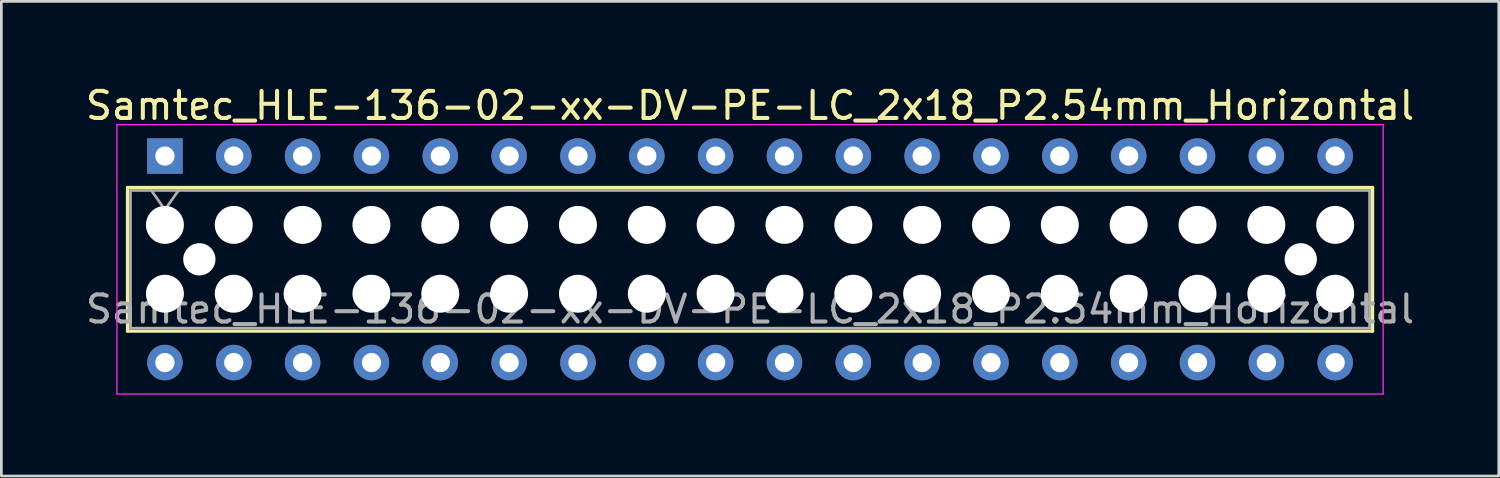
<source format=kicad_pcb>
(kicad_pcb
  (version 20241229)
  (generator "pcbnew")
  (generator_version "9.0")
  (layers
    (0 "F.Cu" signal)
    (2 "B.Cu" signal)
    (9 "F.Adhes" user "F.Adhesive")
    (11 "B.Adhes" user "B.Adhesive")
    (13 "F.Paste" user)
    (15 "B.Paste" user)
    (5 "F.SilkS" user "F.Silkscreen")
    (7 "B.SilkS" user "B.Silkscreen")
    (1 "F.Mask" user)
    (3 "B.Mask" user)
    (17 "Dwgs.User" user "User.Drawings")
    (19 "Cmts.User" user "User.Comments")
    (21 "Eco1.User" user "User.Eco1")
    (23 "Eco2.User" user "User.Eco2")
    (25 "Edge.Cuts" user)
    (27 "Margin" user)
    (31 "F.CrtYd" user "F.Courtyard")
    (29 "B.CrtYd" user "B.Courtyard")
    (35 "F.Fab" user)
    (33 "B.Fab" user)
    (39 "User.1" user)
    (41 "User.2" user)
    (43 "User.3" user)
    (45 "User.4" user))
  (footprint "Samtec_HLE-136-02-xx-DV-PE-LC_2x18_P2.54mm_Horizontal"
    (layer "F.Cu")
    (at 3.035 2.708)
    (property "Reference" "Samtec_HLE-136-02-xx-DV-PE-LC_2x18_P2.54mm_Horizontal" (at 21.59 -1.86 0) (layer "F.SilkS") (effects (font (size 1 1) (thickness 0.15))))
    (attr through_hole)
    (fp_line (start -1.38 1.16) (end 44.56 1.16) (stroke (width 0.12) (type solid)) (layer "F.SilkS"))
    (fp_line (start -1.38 6.46) (end -1.38 1.16) (stroke (width 0.12) (type solid)) (layer "F.SilkS"))
    (fp_line (start 44.56 1.16) (end 44.56 6.46) (stroke (width 0.12) (type solid)) (layer "F.SilkS"))
    (fp_line (start 44.56 6.46) (end -1.38 6.46) (stroke (width 0.12) (type solid)) (layer "F.SilkS"))
    (fp_line (start -1.77 -1.16) (end 44.95 -1.16) (stroke (width 0.05) (type solid)) (layer "F.CrtYd"))
    (fp_line (start -1.77 8.78) (end -1.77 -1.16) (stroke (width 0.05) (type solid)) (layer "F.CrtYd"))
    (fp_line (start 44.95 -1.16) (end 44.95 8.78) (stroke (width 0.05) (type solid)) (layer "F.CrtYd"))
    (fp_line (start 44.95 8.78) (end -1.77 8.78) (stroke (width 0.05) (type solid)) (layer "F.CrtYd"))
    (fp_line (start -1.27 1.27) (end 44.45 1.27) (stroke (width 0.1) (type solid)) (layer "F.Fab"))
    (fp_line (start -1.27 6.35) (end -1.27 1.27) (stroke (width 0.1) (type solid)) (layer "F.Fab"))
    (fp_line (start -0.5 1.27) (end 0 1.977) (stroke (width 0.1) (type solid)) (layer "F.Fab"))
    (fp_line (start 0 1.977) (end 0.5 1.27) (stroke (width 0.1) (type solid)) (layer "F.Fab"))
    (fp_line (start 44.45 1.27) (end 44.45 6.35) (stroke (width 0.1) (type solid)) (layer "F.Fab"))
    (fp_line (start 44.45 6.35) (end -1.27 6.35) (stroke (width 0.1) (type solid)) (layer "F.Fab"))
    (fp_text user "${REFERENCE}" (at 21.59 5.65 0) (layer "F.Fab") (effects (font (size 1 1) (thickness 0.15))))
    (pad "" np_thru_hole circle (at 0 2.54) (size 1.4 1.4) (drill 1.4) (layers "*.Cu" "*.Mask"))
    (pad "" np_thru_hole circle (at 0 5.08) (size 1.4 1.4) (drill 1.4) (layers "*.Cu" "*.Mask"))
    (pad "" np_thru_hole circle (at 1.27 3.81) (size 1.19 1.19) (drill 1.19) (layers "*.Cu" "*.Mask"))
    (pad "" np_thru_hole circle (at 2.54 2.54) (size 1.4 1.4) (drill 1.4) (layers "*.Cu" "*.Mask"))
    (pad "" np_thru_hole circle (at 2.54 5.08) (size 1.4 1.4) (drill 1.4) (layers "*.Cu" "*.Mask"))
    (pad "" np_thru_hole circle (at 5.08 2.54) (size 1.4 1.4) (drill 1.4) (layers "*.Cu" "*.Mask"))
    (pad "" np_thru_hole circle (at 5.08 5.08) (size 1.4 1.4) (drill 1.4) (layers "*.Cu" "*.Mask"))
    (pad "" np_thru_hole circle (at 7.62 2.54) (size 1.4 1.4) (drill 1.4) (layers "*.Cu" "*.Mask"))
    (pad "" np_thru_hole circle (at 7.62 5.08) (size 1.4 1.4) (drill 1.4) (layers "*.Cu" "*.Mask"))
    (pad "" np_thru_hole circle (at 10.16 2.54) (size 1.4 1.4) (drill 1.4) (layers "*.Cu" "*.Mask"))
    (pad "" np_thru_hole circle (at 10.16 5.08) (size 1.4 1.4) (drill 1.4) (layers "*.Cu" "*.Mask"))
    (pad "" np_thru_hole circle (at 12.7 2.54) (size 1.4 1.4) (drill 1.4) (layers "*.Cu" "*.Mask"))
    (pad "" np_thru_hole circle (at 12.7 5.08) (size 1.4 1.4) (drill 1.4) (layers "*.Cu" "*.Mask"))
    (pad "" np_thru_hole circle (at 15.24 2.54) (size 1.4 1.4) (drill 1.4) (layers "*.Cu" "*.Mask"))
    (pad "" np_thru_hole circle (at 15.24 5.08) (size 1.4 1.4) (drill 1.4) (layers "*.Cu" "*.Mask"))
    (pad "" np_thru_hole circle (at 17.78 2.54) (size 1.4 1.4) (drill 1.4) (layers "*.Cu" "*.Mask"))
    (pad "" np_thru_hole circle (at 17.78 5.08) (size 1.4 1.4) (drill 1.4) (layers "*.Cu" "*.Mask"))
    (pad "" np_thru_hole circle (at 20.32 2.54) (size 1.4 1.4) (drill 1.4) (layers "*.Cu" "*.Mask"))
    (pad "" np_thru_hole circle (at 20.32 5.08) (size 1.4 1.4) (drill 1.4) (layers "*.Cu" "*.Mask"))
    (pad "" np_thru_hole circle (at 22.86 2.54) (size 1.4 1.4) (drill 1.4) (layers "*.Cu" "*.Mask"))
    (pad "" np_thru_hole circle (at 22.86 5.08) (size 1.4 1.4) (drill 1.4) (layers "*.Cu" "*.Mask"))
    (pad "" np_thru_hole circle (at 25.4 2.54) (size 1.4 1.4) (drill 1.4) (layers "*.Cu" "*.Mask"))
    (pad "" np_thru_hole circle (at 25.4 5.08) (size 1.4 1.4) (drill 1.4) (layers "*.Cu" "*.Mask"))
    (pad "" np_thru_hole circle (at 27.94 2.54) (size 1.4 1.4) (drill 1.4) (layers "*.Cu" "*.Mask"))
    (pad "" np_thru_hole circle (at 27.94 5.08) (size 1.4 1.4) (drill 1.4) (layers "*.Cu" "*.Mask"))
    (pad "" np_thru_hole circle (at 30.48 2.54) (size 1.4 1.4) (drill 1.4) (layers "*.Cu" "*.Mask"))
    (pad "" np_thru_hole circle (at 30.48 5.08) (size 1.4 1.4) (drill 1.4) (layers "*.Cu" "*.Mask"))
    (pad "" np_thru_hole circle (at 33.02 2.54) (size 1.4 1.4) (drill 1.4) (layers "*.Cu" "*.Mask"))
    (pad "" np_thru_hole circle (at 33.02 5.08) (size 1.4 1.4) (drill 1.4) (layers "*.Cu" "*.Mask"))
    (pad "" np_thru_hole circle (at 35.56 2.54) (size 1.4 1.4) (drill 1.4) (layers "*.Cu" "*.Mask"))
    (pad "" np_thru_hole circle (at 35.56 5.08) (size 1.4 1.4) (drill 1.4) (layers "*.Cu" "*.Mask"))
    (pad "" np_thru_hole circle (at 38.1 2.54) (size 1.4 1.4) (drill 1.4) (layers "*.Cu" "*.Mask"))
    (pad "" np_thru_hole circle (at 38.1 5.08) (size 1.4 1.4) (drill 1.4) (layers "*.Cu" "*.Mask"))
    (pad "" np_thru_hole circle (at 40.64 2.54) (size 1.4 1.4) (drill 1.4) (layers "*.Cu" "*.Mask"))
    (pad "" np_thru_hole circle (at 40.64 5.08) (size 1.4 1.4) (drill 1.4) (layers "*.Cu" "*.Mask"))
    (pad "" np_thru_hole circle (at 41.91 3.81) (size 1.19 1.19) (drill 1.19) (layers "*.Cu" "*.Mask"))
    (pad "" np_thru_hole circle (at 43.18 2.54) (size 1.4 1.4) (drill 1.4) (layers "*.Cu" "*.Mask"))
    (pad "" np_thru_hole circle (at 43.18 5.08) (size 1.4 1.4) (drill 1.4) (layers "*.Cu" "*.Mask"))
    (pad "1" thru_hole rect (at 0 0) (size 1.31 1.31) (drill 0.71) (layers "*.Cu" "*.Mask"))
    (pad "2" thru_hole circle (at 0 7.62) (size 1.31 1.31) (drill 0.71) (layers "*.Cu" "*.Mask"))
    (pad "3" thru_hole circle (at 2.54 0) (size 1.31 1.31) (drill 0.71) (layers "*.Cu" "*.Mask"))
    (pad "4" thru_hole circle (at 2.54 7.62) (size 1.31 1.31) (drill 0.71) (layers "*.Cu" "*.Mask"))
    (pad "5" thru_hole circle (at 5.08 0) (size 1.31 1.31) (drill 0.71) (layers "*.Cu" "*.Mask"))
    (pad "6" thru_hole circle (at 5.08 7.62) (size 1.31 1.31) (drill 0.71) (layers "*.Cu" "*.Mask"))
    (pad "7" thru_hole circle (at 7.62 0) (size 1.31 1.31) (drill 0.71) (layers "*.Cu" "*.Mask"))
    (pad "8" thru_hole circle (at 7.62 7.62) (size 1.31 1.31) (drill 0.71) (layers "*.Cu" "*.Mask"))
    (pad "9" thru_hole circle (at 10.16 0) (size 1.31 1.31) (drill 0.71) (layers "*.Cu" "*.Mask"))
    (pad "10" thru_hole circle (at 10.16 7.62) (size 1.31 1.31) (drill 0.71) (layers "*.Cu" "*.Mask"))
    (pad "11" thru_hole circle (at 12.7 0) (size 1.31 1.31) (drill 0.71) (layers "*.Cu" "*.Mask"))
    (pad "12" thru_hole circle (at 12.7 7.62) (size 1.31 1.31) (drill 0.71) (layers "*.Cu" "*.Mask"))
    (pad "13" thru_hole circle (at 15.24 0) (size 1.31 1.31) (drill 0.71) (layers "*.Cu" "*.Mask"))
    (pad "14" thru_hole circle (at 15.24 7.62) (size 1.31 1.31) (drill 0.71) (layers "*.Cu" "*.Mask"))
    (pad "15" thru_hole circle (at 17.78 0) (size 1.31 1.31) (drill 0.71) (layers "*.Cu" "*.Mask"))
    (pad "16" thru_hole circle (at 17.78 7.62) (size 1.31 1.31) (drill 0.71) (layers "*.Cu" "*.Mask"))
    (pad "17" thru_hole circle (at 20.32 0) (size 1.31 1.31) (drill 0.71) (layers "*.Cu" "*.Mask"))
    (pad "18" thru_hole circle (at 20.32 7.62) (size 1.31 1.31) (drill 0.71) (layers "*.Cu" "*.Mask"))
    (pad "19" thru_hole circle (at 22.86 0) (size 1.31 1.31) (drill 0.71) (layers "*.Cu" "*.Mask"))
    (pad "20" thru_hole circle (at 22.86 7.62) (size 1.31 1.31) (drill 0.71) (layers "*.Cu" "*.Mask"))
    (pad "21" thru_hole circle (at 25.4 0) (size 1.31 1.31) (drill 0.71) (layers "*.Cu" "*.Mask"))
    (pad "22" thru_hole circle (at 25.4 7.62) (size 1.31 1.31) (drill 0.71) (layers "*.Cu" "*.Mask"))
    (pad "23" thru_hole circle (at 27.94 0) (size 1.31 1.31) (drill 0.71) (layers "*.Cu" "*.Mask"))
    (pad "24" thru_hole circle (at 27.94 7.62) (size 1.31 1.31) (drill 0.71) (layers "*.Cu" "*.Mask"))
    (pad "25" thru_hole circle (at 30.48 0) (size 1.31 1.31) (drill 0.71) (layers "*.Cu" "*.Mask"))
    (pad "26" thru_hole circle (at 30.48 7.62) (size 1.31 1.31) (drill 0.71) (layers "*.Cu" "*.Mask"))
    (pad "27" thru_hole circle (at 33.02 0) (size 1.31 1.31) (drill 0.71) (layers "*.Cu" "*.Mask"))
    (pad "28" thru_hole circle (at 33.02 7.62) (size 1.31 1.31) (drill 0.71) (layers "*.Cu" "*.Mask"))
    (pad "29" thru_hole circle (at 35.56 0) (size 1.31 1.31) (drill 0.71) (layers "*.Cu" "*.Mask"))
    (pad "30" thru_hole circle (at 35.56 7.62) (size 1.31 1.31) (drill 0.71) (layers "*.Cu" "*.Mask"))
    (pad "31" thru_hole circle (at 38.1 0) (size 1.31 1.31) (drill 0.71) (layers "*.Cu" "*.Mask"))
    (pad "32" thru_hole circle (at 38.1 7.62) (size 1.31 1.31) (drill 0.71) (layers "*.Cu" "*.Mask"))
    (pad "33" thru_hole circle (at 40.64 0) (size 1.31 1.31) (drill 0.71) (layers "*.Cu" "*.Mask"))
    (pad "34" thru_hole circle (at 40.64 7.62) (size 1.31 1.31) (drill 0.71) (layers "*.Cu" "*.Mask"))
    (pad "35" thru_hole circle (at 43.18 0) (size 1.31 1.31) (drill 0.71) (layers "*.Cu" "*.Mask"))
    (pad "36" thru_hole circle (at 43.18 7.62) (size 1.31 1.31) (drill 0.71) (layers "*.Cu" "*.Mask")))
  (gr_rect
    (start -3 -3)
    (end 52.25 14.513)
    (stroke (width 0.1) (type default))
    (fill no)
    (layer "Edge.Cuts")))
</source>
